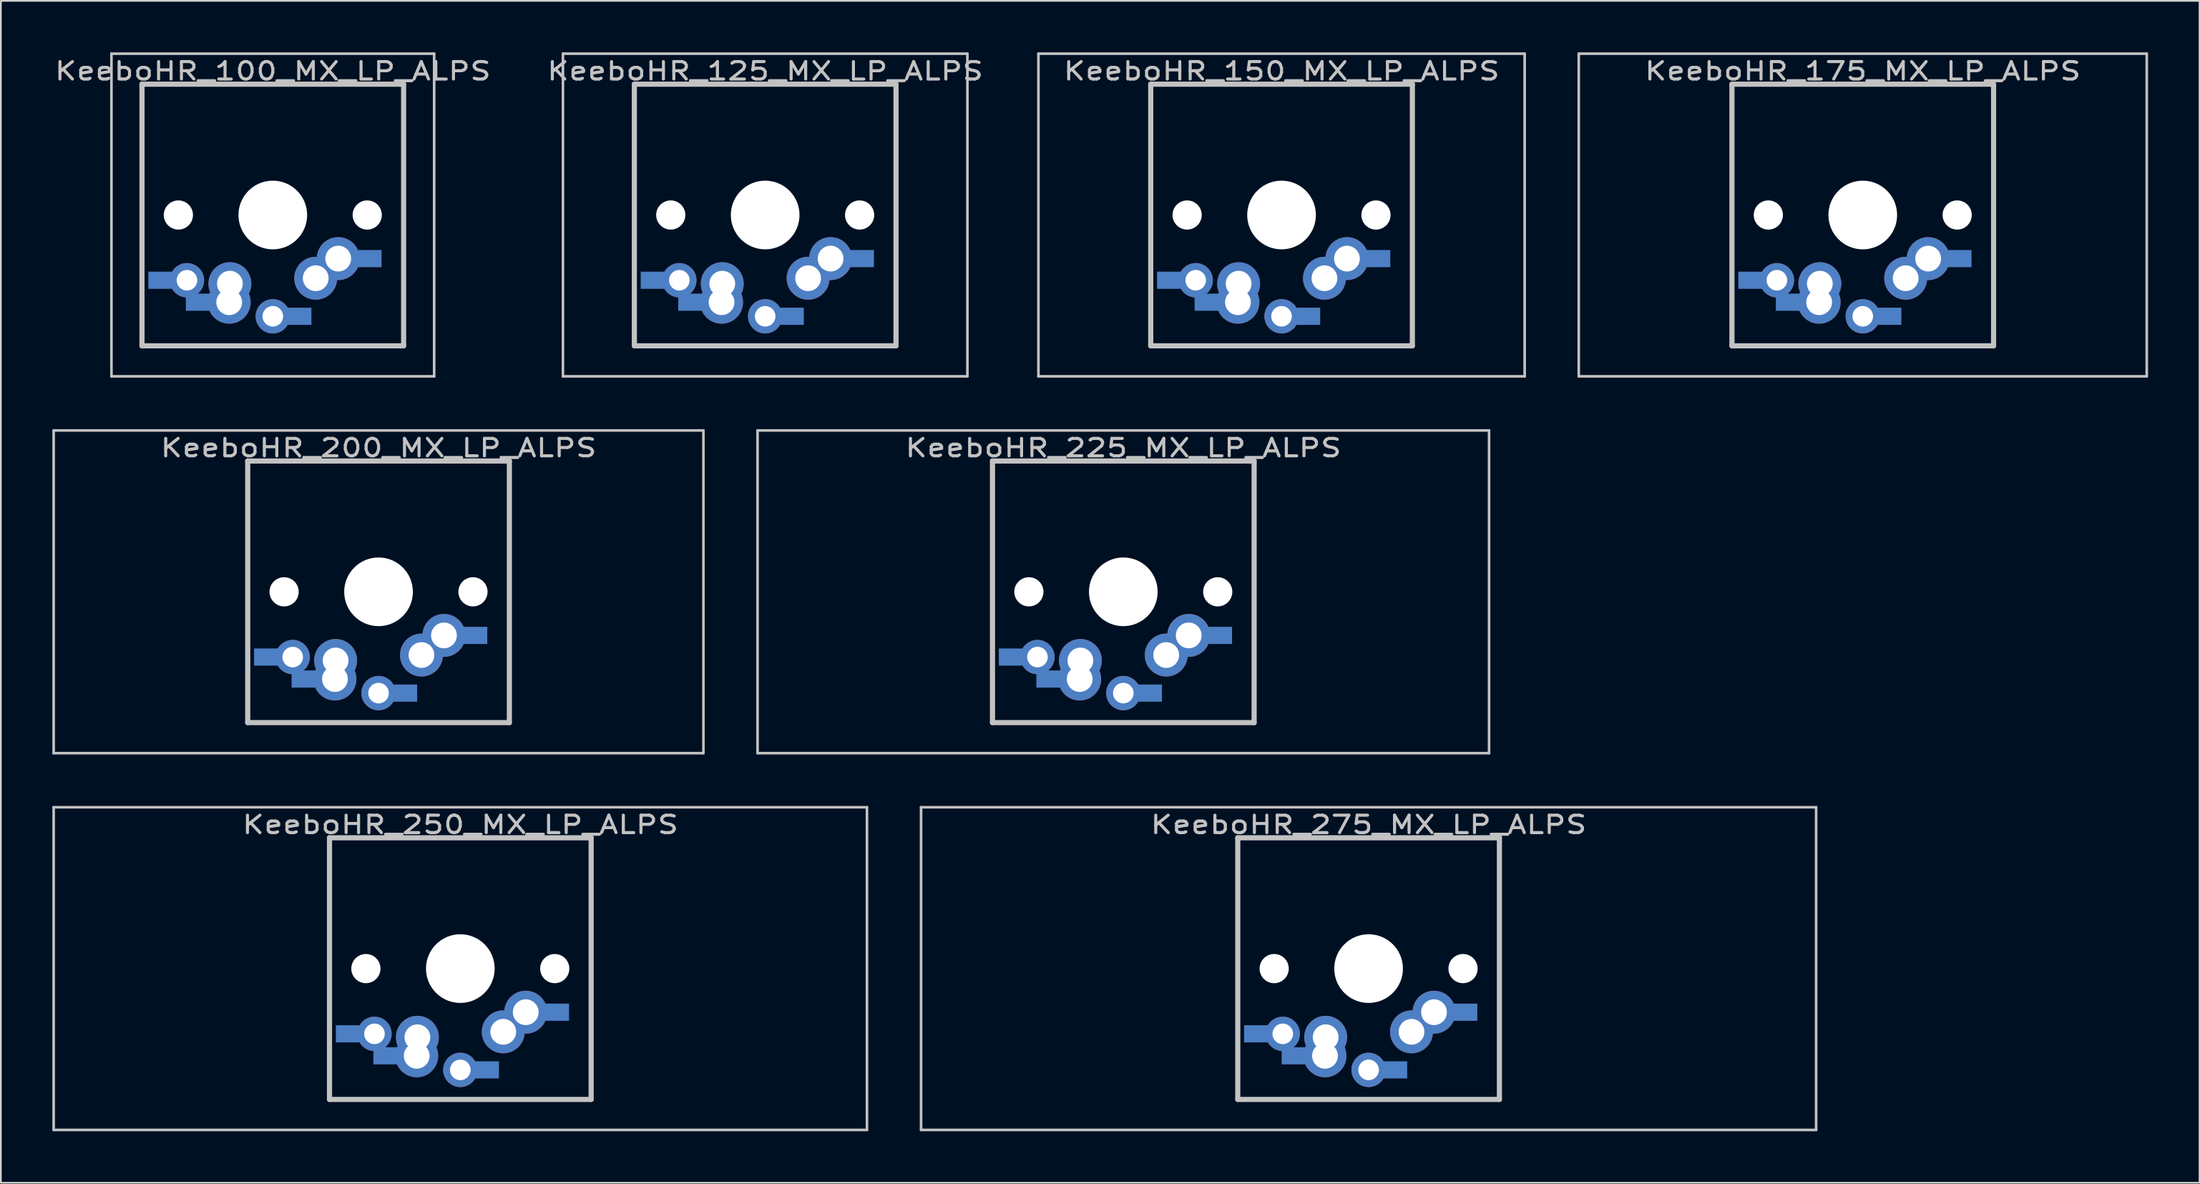
<source format=kicad_pcb>
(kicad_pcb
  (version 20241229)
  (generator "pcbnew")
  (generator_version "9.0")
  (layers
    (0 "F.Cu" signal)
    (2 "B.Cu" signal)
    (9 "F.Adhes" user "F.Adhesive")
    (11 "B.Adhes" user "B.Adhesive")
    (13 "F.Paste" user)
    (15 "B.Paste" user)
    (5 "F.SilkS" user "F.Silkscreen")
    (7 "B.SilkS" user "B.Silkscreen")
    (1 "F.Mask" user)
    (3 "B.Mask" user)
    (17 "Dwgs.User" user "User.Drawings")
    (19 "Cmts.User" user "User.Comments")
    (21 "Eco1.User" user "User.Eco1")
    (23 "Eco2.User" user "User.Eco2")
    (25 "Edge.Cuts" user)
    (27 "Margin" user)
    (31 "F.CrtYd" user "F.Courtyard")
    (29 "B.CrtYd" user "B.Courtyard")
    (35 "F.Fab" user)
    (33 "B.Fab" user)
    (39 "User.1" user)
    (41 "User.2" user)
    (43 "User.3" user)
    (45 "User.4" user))
  (footprint "KeeboHR_200_MX_LP_ALPS"
    (layer "B.Cu")
    (at 18.999 31.423)
    (property "Reference" "KeeboHR_200_MX_LP_ALPS" (at 0 -8.382 0) (layer "Dwgs.User") (effects (font (size 1.016 1.27) (thickness 0.178))))
    (attr through_hole)
    (fp_line (start -18.923 -9.398) (end 18.923 -9.398) (stroke (width 0.152) (type solid)) (layer "Dwgs.User"))
    (fp_line (start -18.923 9.398) (end -18.923 -9.398) (stroke (width 0.152) (type solid)) (layer "Dwgs.User"))
    (fp_line (start -7.62 -7.62) (end 7.62 -7.62) (stroke (width 0.3) (type solid)) (layer "Dwgs.User"))
    (fp_line (start -7.62 7.62) (end -7.62 -7.62) (stroke (width 0.3) (type solid)) (layer "Dwgs.User"))
    (fp_line (start 7.62 -7.62) (end 7.62 7.62) (stroke (width 0.3) (type solid)) (layer "Dwgs.User"))
    (fp_line (start 7.62 7.62) (end -7.62 7.62) (stroke (width 0.3) (type solid)) (layer "Dwgs.User"))
    (fp_line (start 18.923 -9.398) (end 18.923 9.398) (stroke (width 0.152) (type solid)) (layer "Dwgs.User"))
    (fp_line (start 18.923 9.398) (end -18.923 9.398) (stroke (width 0.152) (type solid)) (layer "Dwgs.User"))
    (pad "" np_thru_hole circle (at -5.5 0) (size 1.7 1.7) (drill 1.7) (layers "*.Cu" "*.Mask"))
    (pad "" np_thru_hole circle (at 0 0) (size 4 4) (drill 4) (layers "*.Cu" "*.Mask"))
    (pad "" np_thru_hole circle (at 5.5 0) (size 1.7 1.7) (drill 1.7) (layers "*.Cu" "*.Mask"))
    (pad "1" thru_hole circle (at 0 5.9) (size 2 2) (drill 1.2) (layers "*.Cu" "*.Mask"))
    (pad "1" smd rect (at 1.25 5.9) (size 2 1) (layers "B.Cu" "B.Mask"))
    (pad "1" thru_hole circle (at 2.5 3.683) (size 2.5 2.5) (drill 1.5) (layers "*.Cu" "*.Mask"))
    (pad "1" thru_hole circle (at 3.81 2.54) (size 2.5 2.5) (drill 1.5) (layers "*.Cu" "*.Mask"))
    (pad "1" smd rect (at 5.334 2.54) (size 2 1) (layers "B.Cu" "B.Mask"))
    (pad "2" smd rect (at -6.25 3.8) (size 2 1) (layers "B.Cu" "B.Mask"))
    (pad "2" thru_hole circle (at -5 3.8) (size 2 2) (drill 1.2) (layers "*.Cu" "*.Mask"))
    (pad "2" smd rect (at -4.064 5.08) (size 2 1) (layers "B.Cu" "B.Mask"))
    (pad "2" thru_hole circle (at -2.54 5.08) (size 2.5 2.5) (drill 1.5) (layers "*.Cu" "*.Mask"))
    (pad "2" thru_hole circle (at -2.5 4) (size 2.5 2.5) (drill 1.5) (layers "*.Cu" "*.Mask")))
  (footprint "KeeboHR_100_MX_LP_ALPS"
    (layer "B.Cu")
    (at 12.84 9.474)
    (property "Reference" "KeeboHR_100_MX_LP_ALPS" (at 0 -8.382 0) (layer "Dwgs.User") (effects (font (size 1.016 1.27) (thickness 0.178))))
    (attr through_hole)
    (fp_line (start -9.398 -9.398) (end 9.398 -9.398) (stroke (width 0.152) (type solid)) (layer "Dwgs.User"))
    (fp_line (start -9.398 9.398) (end -9.398 -9.398) (stroke (width 0.152) (type solid)) (layer "Dwgs.User"))
    (fp_line (start -7.62 -7.62) (end 7.62 -7.62) (stroke (width 0.3) (type solid)) (layer "Dwgs.User"))
    (fp_line (start -7.62 7.62) (end -7.62 -7.62) (stroke (width 0.3) (type solid)) (layer "Dwgs.User"))
    (fp_line (start 7.62 -7.62) (end 7.62 7.62) (stroke (width 0.3) (type solid)) (layer "Dwgs.User"))
    (fp_line (start 7.62 7.62) (end -7.62 7.62) (stroke (width 0.3) (type solid)) (layer "Dwgs.User"))
    (fp_line (start 9.398 -9.398) (end 9.398 9.398) (stroke (width 0.152) (type solid)) (layer "Dwgs.User"))
    (fp_line (start 9.398 9.398) (end -9.398 9.398) (stroke (width 0.152) (type solid)) (layer "Dwgs.User"))
    (pad "" np_thru_hole circle (at -5.5 0) (size 1.7 1.7) (drill 1.7) (layers "*.Cu" "*.Mask"))
    (pad "" np_thru_hole circle (at 0 0) (size 4 4) (drill 4) (layers "*.Cu" "*.Mask"))
    (pad "" np_thru_hole circle (at 5.5 0) (size 1.7 1.7) (drill 1.7) (layers "*.Cu" "*.Mask"))
    (pad "1" thru_hole circle (at 0 5.9) (size 2 2) (drill 1.2) (layers "*.Cu" "*.Mask"))
    (pad "1" smd rect (at 1.25 5.9) (size 2 1) (layers "B.Cu" "B.Mask"))
    (pad "1" thru_hole circle (at 2.5 3.683) (size 2.5 2.5) (drill 1.5) (layers "*.Cu" "*.Mask"))
    (pad "1" thru_hole circle (at 3.81 2.54) (size 2.5 2.5) (drill 1.5) (layers "*.Cu" "*.Mask"))
    (pad "1" smd rect (at 5.334 2.54) (size 2 1) (layers "B.Cu" "B.Mask"))
    (pad "2" smd rect (at -6.25 3.8) (size 2 1) (layers "B.Cu" "B.Mask"))
    (pad "2" thru_hole circle (at -5 3.8) (size 2 2) (drill 1.2) (layers "*.Cu" "*.Mask"))
    (pad "2" smd rect (at -4.064 5.08) (size 2 1) (layers "B.Cu" "B.Mask"))
    (pad "2" thru_hole circle (at -2.54 5.08) (size 2.5 2.5) (drill 1.5) (layers "*.Cu" "*.Mask"))
    (pad "2" thru_hole circle (at -2.5 4) (size 2.5 2.5) (drill 1.5) (layers "*.Cu" "*.Mask")))
  (footprint "KeeboHR_150_MX_LP_ALPS"
    (layer "B.Cu")
    (at 71.596 9.474)
    (property "Reference" "KeeboHR_150_MX_LP_ALPS" (at 0 -8.382 0) (layer "Dwgs.User") (effects (font (size 1.016 1.27) (thickness 0.178))))
    (attr through_hole)
    (fp_line (start -14.161 -9.398) (end 14.161 -9.398) (stroke (width 0.152) (type solid)) (layer "Dwgs.User"))
    (fp_line (start -14.161 9.398) (end -14.161 -9.398) (stroke (width 0.152) (type solid)) (layer "Dwgs.User"))
    (fp_line (start -7.62 -7.62) (end 7.62 -7.62) (stroke (width 0.3) (type solid)) (layer "Dwgs.User"))
    (fp_line (start -7.62 7.62) (end -7.62 -7.62) (stroke (width 0.3) (type solid)) (layer "Dwgs.User"))
    (fp_line (start 7.62 -7.62) (end 7.62 7.62) (stroke (width 0.3) (type solid)) (layer "Dwgs.User"))
    (fp_line (start 7.62 7.62) (end -7.62 7.62) (stroke (width 0.3) (type solid)) (layer "Dwgs.User"))
    (fp_line (start 14.161 -9.398) (end 14.161 9.398) (stroke (width 0.152) (type solid)) (layer "Dwgs.User"))
    (fp_line (start 14.161 9.398) (end -14.161 9.398) (stroke (width 0.152) (type solid)) (layer "Dwgs.User"))
    (pad "" np_thru_hole circle (at -5.5 0) (size 1.7 1.7) (drill 1.7) (layers "*.Cu" "*.Mask"))
    (pad "" np_thru_hole circle (at 0 0) (size 4 4) (drill 4) (layers "*.Cu" "*.Mask"))
    (pad "" np_thru_hole circle (at 5.5 0) (size 1.7 1.7) (drill 1.7) (layers "*.Cu" "*.Mask"))
    (pad "1" thru_hole circle (at 0 5.9) (size 2 2) (drill 1.2) (layers "*.Cu" "*.Mask"))
    (pad "1" smd rect (at 1.25 5.9) (size 2 1) (layers "B.Cu" "B.Mask"))
    (pad "1" thru_hole circle (at 2.5 3.683) (size 2.5 2.5) (drill 1.5) (layers "*.Cu" "*.Mask"))
    (pad "1" thru_hole circle (at 3.81 2.54) (size 2.5 2.5) (drill 1.5) (layers "*.Cu" "*.Mask"))
    (pad "1" smd rect (at 5.334 2.54) (size 2 1) (layers "B.Cu" "B.Mask"))
    (pad "2" smd rect (at -6.25 3.8) (size 2 1) (layers "B.Cu" "B.Mask"))
    (pad "2" thru_hole circle (at -5 3.8) (size 2 2) (drill 1.2) (layers "*.Cu" "*.Mask"))
    (pad "2" smd rect (at -4.064 5.08) (size 2 1) (layers "B.Cu" "B.Mask"))
    (pad "2" thru_hole circle (at -2.54 5.08) (size 2.5 2.5) (drill 1.5) (layers "*.Cu" "*.Mask"))
    (pad "2" thru_hole circle (at -2.5 4) (size 2.5 2.5) (drill 1.5) (layers "*.Cu" "*.Mask")))
  (footprint "KeeboHR_225_MX_LP_ALPS"
    (layer "B.Cu")
    (at 62.379 31.423)
    (property "Reference" "KeeboHR_225_MX_LP_ALPS" (at 0 -8.382 0) (layer "Dwgs.User") (effects (font (size 1.016 1.27) (thickness 0.178))))
    (attr through_hole)
    (fp_line (start -21.304 -9.398) (end 21.304 -9.398) (stroke (width 0.152) (type solid)) (layer "Dwgs.User"))
    (fp_line (start -21.304 9.398) (end -21.304 -9.398) (stroke (width 0.152) (type solid)) (layer "Dwgs.User"))
    (fp_line (start -7.62 -7.62) (end 7.62 -7.62) (stroke (width 0.3) (type solid)) (layer "Dwgs.User"))
    (fp_line (start -7.62 7.62) (end -7.62 -7.62) (stroke (width 0.3) (type solid)) (layer "Dwgs.User"))
    (fp_line (start 7.62 -7.62) (end 7.62 7.62) (stroke (width 0.3) (type solid)) (layer "Dwgs.User"))
    (fp_line (start 7.62 7.62) (end -7.62 7.62) (stroke (width 0.3) (type solid)) (layer "Dwgs.User"))
    (fp_line (start 21.304 -9.398) (end 21.304 9.398) (stroke (width 0.152) (type solid)) (layer "Dwgs.User"))
    (fp_line (start 21.304 9.398) (end -21.304 9.398) (stroke (width 0.152) (type solid)) (layer "Dwgs.User"))
    (pad "" np_thru_hole circle (at -5.5 0) (size 1.7 1.7) (drill 1.7) (layers "*.Cu" "*.Mask"))
    (pad "" np_thru_hole circle (at 0 0) (size 4 4) (drill 4) (layers "*.Cu" "*.Mask"))
    (pad "" np_thru_hole circle (at 5.5 0) (size 1.7 1.7) (drill 1.7) (layers "*.Cu" "*.Mask"))
    (pad "1" thru_hole circle (at 0 5.9) (size 2 2) (drill 1.2) (layers "*.Cu" "*.Mask"))
    (pad "1" smd rect (at 1.25 5.9) (size 2 1) (layers "B.Cu" "B.Mask"))
    (pad "1" thru_hole circle (at 2.5 3.683) (size 2.5 2.5) (drill 1.5) (layers "*.Cu" "*.Mask"))
    (pad "1" thru_hole circle (at 3.81 2.54) (size 2.5 2.5) (drill 1.5) (layers "*.Cu" "*.Mask"))
    (pad "1" smd rect (at 5.334 2.54) (size 2 1) (layers "B.Cu" "B.Mask"))
    (pad "2" smd rect (at -6.25 3.8) (size 2 1) (layers "B.Cu" "B.Mask"))
    (pad "2" thru_hole circle (at -5 3.8) (size 2 2) (drill 1.2) (layers "*.Cu" "*.Mask"))
    (pad "2" smd rect (at -4.064 5.08) (size 2 1) (layers "B.Cu" "B.Mask"))
    (pad "2" thru_hole circle (at -2.54 5.08) (size 2.5 2.5) (drill 1.5) (layers "*.Cu" "*.Mask"))
    (pad "2" thru_hole circle (at -2.5 4) (size 2.5 2.5) (drill 1.5) (layers "*.Cu" "*.Mask")))
  (footprint "KeeboHR_250_MX_LP_ALPS"
    (layer "B.Cu")
    (at 23.762 53.371)
    (property "Reference" "KeeboHR_250_MX_LP_ALPS" (at 0 -8.382 0) (layer "Dwgs.User") (effects (font (size 1.016 1.27) (thickness 0.178))))
    (attr through_hole)
    (fp_line (start -23.686 -9.398) (end 23.686 -9.398) (stroke (width 0.152) (type solid)) (layer "Dwgs.User"))
    (fp_line (start -23.686 9.398) (end -23.686 -9.398) (stroke (width 0.152) (type solid)) (layer "Dwgs.User"))
    (fp_line (start -7.62 -7.62) (end 7.62 -7.62) (stroke (width 0.3) (type solid)) (layer "Dwgs.User"))
    (fp_line (start -7.62 7.62) (end -7.62 -7.62) (stroke (width 0.3) (type solid)) (layer "Dwgs.User"))
    (fp_line (start 7.62 -7.62) (end 7.62 7.62) (stroke (width 0.3) (type solid)) (layer "Dwgs.User"))
    (fp_line (start 7.62 7.62) (end -7.62 7.62) (stroke (width 0.3) (type solid)) (layer "Dwgs.User"))
    (fp_line (start 23.686 -9.398) (end 23.686 9.398) (stroke (width 0.152) (type solid)) (layer "Dwgs.User"))
    (fp_line (start 23.686 9.398) (end -23.686 9.398) (stroke (width 0.152) (type solid)) (layer "Dwgs.User"))
    (pad "" np_thru_hole circle (at -5.5 0) (size 1.7 1.7) (drill 1.7) (layers "*.Cu" "*.Mask"))
    (pad "" np_thru_hole circle (at 0 0) (size 4 4) (drill 4) (layers "*.Cu" "*.Mask"))
    (pad "" np_thru_hole circle (at 5.5 0) (size 1.7 1.7) (drill 1.7) (layers "*.Cu" "*.Mask"))
    (pad "1" thru_hole circle (at 0 5.9) (size 2 2) (drill 1.2) (layers "*.Cu" "*.Mask"))
    (pad "1" smd rect (at 1.25 5.9) (size 2 1) (layers "B.Cu" "B.Mask"))
    (pad "1" thru_hole circle (at 2.5 3.683) (size 2.5 2.5) (drill 1.5) (layers "*.Cu" "*.Mask"))
    (pad "1" thru_hole circle (at 3.81 2.54) (size 2.5 2.5) (drill 1.5) (layers "*.Cu" "*.Mask"))
    (pad "1" smd rect (at 5.334 2.54) (size 2 1) (layers "B.Cu" "B.Mask"))
    (pad "2" smd rect (at -6.25 3.8) (size 2 1) (layers "B.Cu" "B.Mask"))
    (pad "2" thru_hole circle (at -5 3.8) (size 2 2) (drill 1.2) (layers "*.Cu" "*.Mask"))
    (pad "2" smd rect (at -4.064 5.08) (size 2 1) (layers "B.Cu" "B.Mask"))
    (pad "2" thru_hole circle (at -2.54 5.08) (size 2.5 2.5) (drill 1.5) (layers "*.Cu" "*.Mask"))
    (pad "2" thru_hole circle (at -2.5 4) (size 2.5 2.5) (drill 1.5) (layers "*.Cu" "*.Mask")))
  (footprint "KeeboHR_125_MX_LP_ALPS"
    (layer "B.Cu")
    (at 41.519 9.474)
    (property "Reference" "KeeboHR_125_MX_LP_ALPS" (at 0 -8.382 0) (layer "Dwgs.User") (effects (font (size 1.016 1.27) (thickness 0.178))))
    (attr through_hole)
    (fp_line (start -11.779 -9.398) (end 11.779 -9.398) (stroke (width 0.152) (type solid)) (layer "Dwgs.User"))
    (fp_line (start -11.779 9.398) (end -11.779 -9.398) (stroke (width 0.152) (type solid)) (layer "Dwgs.User"))
    (fp_line (start -7.62 -7.62) (end 7.62 -7.62) (stroke (width 0.3) (type solid)) (layer "Dwgs.User"))
    (fp_line (start -7.62 7.62) (end -7.62 -7.62) (stroke (width 0.3) (type solid)) (layer "Dwgs.User"))
    (fp_line (start 7.62 -7.62) (end 7.62 7.62) (stroke (width 0.3) (type solid)) (layer "Dwgs.User"))
    (fp_line (start 7.62 7.62) (end -7.62 7.62) (stroke (width 0.3) (type solid)) (layer "Dwgs.User"))
    (fp_line (start 11.779 -9.398) (end 11.779 9.398) (stroke (width 0.152) (type solid)) (layer "Dwgs.User"))
    (fp_line (start 11.779 9.398) (end -11.779 9.398) (stroke (width 0.152) (type solid)) (layer "Dwgs.User"))
    (pad "" np_thru_hole circle (at -5.5 0) (size 1.7 1.7) (drill 1.7) (layers "*.Cu" "*.Mask"))
    (pad "" np_thru_hole circle (at 0 0) (size 4 4) (drill 4) (layers "*.Cu" "*.Mask"))
    (pad "" np_thru_hole circle (at 5.5 0) (size 1.7 1.7) (drill 1.7) (layers "*.Cu" "*.Mask"))
    (pad "1" thru_hole circle (at 0 5.9) (size 2 2) (drill 1.2) (layers "*.Cu" "*.Mask"))
    (pad "1" smd rect (at 1.25 5.9) (size 2 1) (layers "B.Cu" "B.Mask"))
    (pad "1" thru_hole circle (at 2.5 3.683) (size 2.5 2.5) (drill 1.5) (layers "*.Cu" "*.Mask"))
    (pad "1" thru_hole circle (at 3.81 2.54) (size 2.5 2.5) (drill 1.5) (layers "*.Cu" "*.Mask"))
    (pad "1" smd rect (at 5.334 2.54) (size 2 1) (layers "B.Cu" "B.Mask"))
    (pad "2" smd rect (at -6.25 3.8) (size 2 1) (layers "B.Cu" "B.Mask"))
    (pad "2" thru_hole circle (at -5 3.8) (size 2 2) (drill 1.2) (layers "*.Cu" "*.Mask"))
    (pad "2" smd rect (at -4.064 5.08) (size 2 1) (layers "B.Cu" "B.Mask"))
    (pad "2" thru_hole circle (at -2.54 5.08) (size 2.5 2.5) (drill 1.5) (layers "*.Cu" "*.Mask"))
    (pad "2" thru_hole circle (at -2.5 4) (size 2.5 2.5) (drill 1.5) (layers "*.Cu" "*.Mask")))
  (footprint "KeeboHR_275_MX_LP_ALPS"
    (layer "B.Cu")
    (at 76.666 53.371)
    (property "Reference" "KeeboHR_275_MX_LP_ALPS" (at 0 -8.382 0) (layer "Dwgs.User") (effects (font (size 1.016 1.27) (thickness 0.178))))
    (attr through_hole)
    (fp_line (start -26.067 -9.398) (end 26.067 -9.398) (stroke (width 0.152) (type solid)) (layer "Dwgs.User"))
    (fp_line (start -26.067 9.398) (end -26.067 -9.398) (stroke (width 0.152) (type solid)) (layer "Dwgs.User"))
    (fp_line (start -7.62 -7.62) (end 7.62 -7.62) (stroke (width 0.3) (type solid)) (layer "Dwgs.User"))
    (fp_line (start -7.62 7.62) (end -7.62 -7.62) (stroke (width 0.3) (type solid)) (layer "Dwgs.User"))
    (fp_line (start 7.62 -7.62) (end 7.62 7.62) (stroke (width 0.3) (type solid)) (layer "Dwgs.User"))
    (fp_line (start 7.62 7.62) (end -7.62 7.62) (stroke (width 0.3) (type solid)) (layer "Dwgs.User"))
    (fp_line (start 26.067 -9.398) (end 26.067 9.398) (stroke (width 0.152) (type solid)) (layer "Dwgs.User"))
    (fp_line (start 26.067 9.398) (end -26.067 9.398) (stroke (width 0.152) (type solid)) (layer "Dwgs.User"))
    (pad "" np_thru_hole circle (at -5.5 0) (size 1.7 1.7) (drill 1.7) (layers "*.Cu" "*.Mask"))
    (pad "" np_thru_hole circle (at 0 0) (size 4 4) (drill 4) (layers "*.Cu" "*.Mask"))
    (pad "" np_thru_hole circle (at 5.5 0) (size 1.7 1.7) (drill 1.7) (layers "*.Cu" "*.Mask"))
    (pad "1" thru_hole circle (at 0 5.9) (size 2 2) (drill 1.2) (layers "*.Cu" "*.Mask"))
    (pad "1" smd rect (at 1.25 5.9) (size 2 1) (layers "B.Cu" "B.Mask"))
    (pad "1" thru_hole circle (at 2.5 3.683) (size 2.5 2.5) (drill 1.5) (layers "*.Cu" "*.Mask"))
    (pad "1" thru_hole circle (at 3.81 2.54) (size 2.5 2.5) (drill 1.5) (layers "*.Cu" "*.Mask"))
    (pad "1" smd rect (at 5.334 2.54) (size 2 1) (layers "B.Cu" "B.Mask"))
    (pad "2" smd rect (at -6.25 3.8) (size 2 1) (layers "B.Cu" "B.Mask"))
    (pad "2" thru_hole circle (at -5 3.8) (size 2 2) (drill 1.2) (layers "*.Cu" "*.Mask"))
    (pad "2" smd rect (at -4.064 5.08) (size 2 1) (layers "B.Cu" "B.Mask"))
    (pad "2" thru_hole circle (at -2.54 5.08) (size 2.5 2.5) (drill 1.5) (layers "*.Cu" "*.Mask"))
    (pad "2" thru_hole circle (at -2.5 4) (size 2.5 2.5) (drill 1.5) (layers "*.Cu" "*.Mask")))
  (footprint "KeeboHR_175_MX_LP_ALPS"
    (layer "B.Cu")
    (at 105.45 9.474)
    (property "Reference" "KeeboHR_175_MX_LP_ALPS" (at 0 -8.382 0) (layer "Dwgs.User") (effects (font (size 1.016 1.27) (thickness 0.178))))
    (attr through_hole)
    (fp_line (start -16.542 -9.398) (end 16.542 -9.398) (stroke (width 0.152) (type solid)) (layer "Dwgs.User"))
    (fp_line (start -16.542 9.398) (end -16.542 -9.398) (stroke (width 0.152) (type solid)) (layer "Dwgs.User"))
    (fp_line (start -7.62 -7.62) (end 7.62 -7.62) (stroke (width 0.3) (type solid)) (layer "Dwgs.User"))
    (fp_line (start -7.62 7.62) (end -7.62 -7.62) (stroke (width 0.3) (type solid)) (layer "Dwgs.User"))
    (fp_line (start 7.62 -7.62) (end 7.62 7.62) (stroke (width 0.3) (type solid)) (layer "Dwgs.User"))
    (fp_line (start 7.62 7.62) (end -7.62 7.62) (stroke (width 0.3) (type solid)) (layer "Dwgs.User"))
    (fp_line (start 16.542 -9.398) (end 16.542 9.398) (stroke (width 0.152) (type solid)) (layer "Dwgs.User"))
    (fp_line (start 16.542 9.398) (end -16.542 9.398) (stroke (width 0.152) (type solid)) (layer "Dwgs.User"))
    (pad "" np_thru_hole circle (at -5.5 0) (size 1.7 1.7) (drill 1.7) (layers "*.Cu" "*.Mask"))
    (pad "" np_thru_hole circle (at 0 0) (size 4 4) (drill 4) (layers "*.Cu" "*.Mask"))
    (pad "" np_thru_hole circle (at 5.5 0) (size 1.7 1.7) (drill 1.7) (layers "*.Cu" "*.Mask"))
    (pad "1" thru_hole circle (at 0 5.9) (size 2 2) (drill 1.2) (layers "*.Cu" "*.Mask"))
    (pad "1" smd rect (at 1.25 5.9) (size 2 1) (layers "B.Cu" "B.Mask"))
    (pad "1" thru_hole circle (at 2.5 3.683) (size 2.5 2.5) (drill 1.5) (layers "*.Cu" "*.Mask"))
    (pad "1" thru_hole circle (at 3.81 2.54) (size 2.5 2.5) (drill 1.5) (layers "*.Cu" "*.Mask"))
    (pad "1" smd rect (at 5.334 2.54) (size 2 1) (layers "B.Cu" "B.Mask"))
    (pad "2" smd rect (at -6.25 3.8) (size 2 1) (layers "B.Cu" "B.Mask"))
    (pad "2" thru_hole circle (at -5 3.8) (size 2 2) (drill 1.2) (layers "*.Cu" "*.Mask"))
    (pad "2" smd rect (at -4.064 5.08) (size 2 1) (layers "B.Cu" "B.Mask"))
    (pad "2" thru_hole circle (at -2.54 5.08) (size 2.5 2.5) (drill 1.5) (layers "*.Cu" "*.Mask"))
    (pad "2" thru_hole circle (at -2.5 4) (size 2.5 2.5) (drill 1.5) (layers "*.Cu" "*.Mask")))
  (gr_rect
    (start -3 -3)
    (end 125.068 65.845)
    (stroke (width 0.1) (type default))
    (fill no)
    (layer "Edge.Cuts")))
</source>
